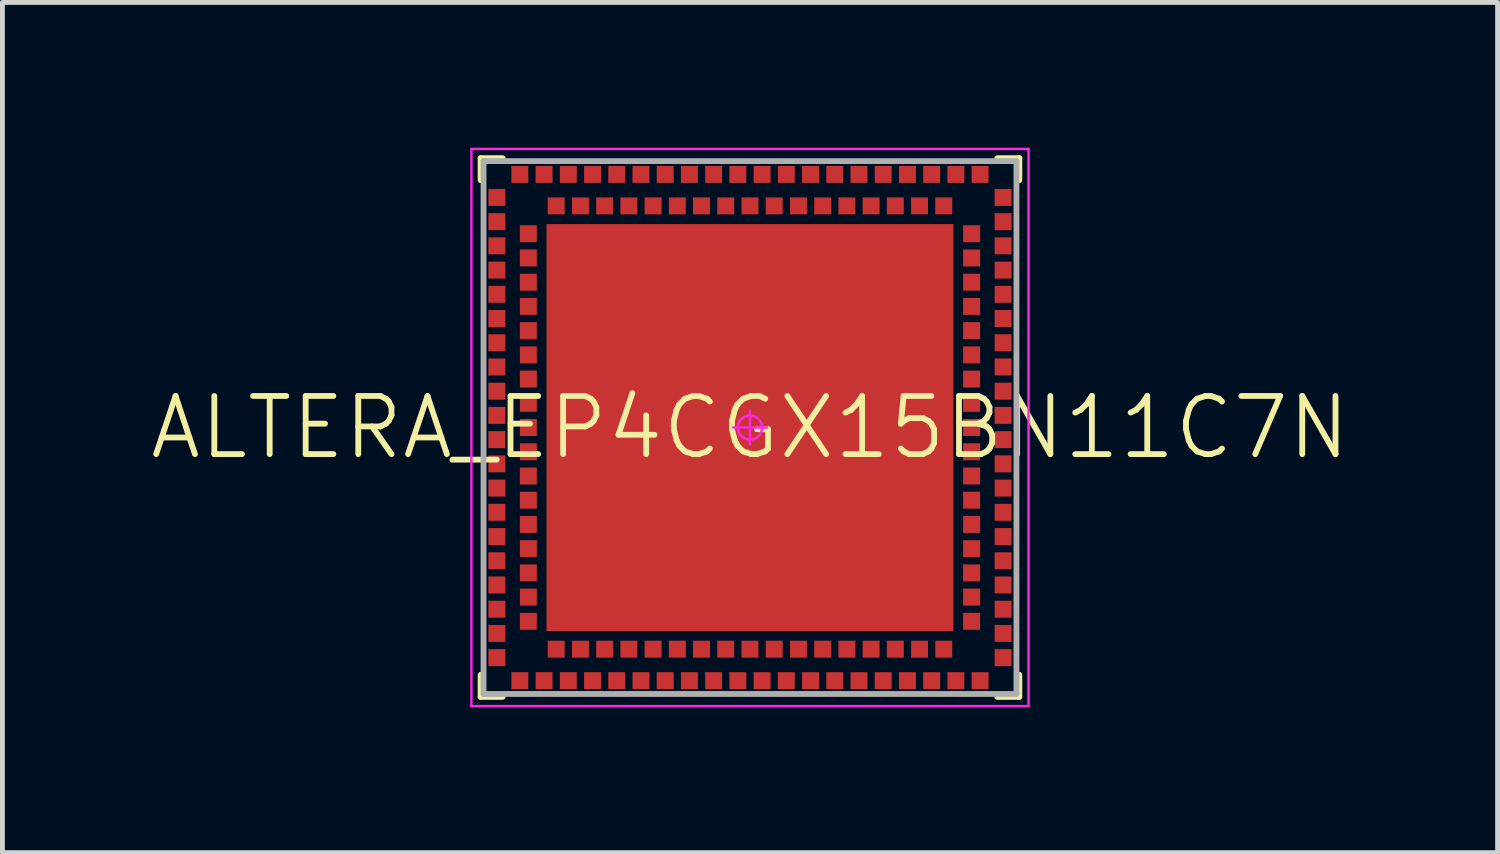
<source format=kicad_pcb>
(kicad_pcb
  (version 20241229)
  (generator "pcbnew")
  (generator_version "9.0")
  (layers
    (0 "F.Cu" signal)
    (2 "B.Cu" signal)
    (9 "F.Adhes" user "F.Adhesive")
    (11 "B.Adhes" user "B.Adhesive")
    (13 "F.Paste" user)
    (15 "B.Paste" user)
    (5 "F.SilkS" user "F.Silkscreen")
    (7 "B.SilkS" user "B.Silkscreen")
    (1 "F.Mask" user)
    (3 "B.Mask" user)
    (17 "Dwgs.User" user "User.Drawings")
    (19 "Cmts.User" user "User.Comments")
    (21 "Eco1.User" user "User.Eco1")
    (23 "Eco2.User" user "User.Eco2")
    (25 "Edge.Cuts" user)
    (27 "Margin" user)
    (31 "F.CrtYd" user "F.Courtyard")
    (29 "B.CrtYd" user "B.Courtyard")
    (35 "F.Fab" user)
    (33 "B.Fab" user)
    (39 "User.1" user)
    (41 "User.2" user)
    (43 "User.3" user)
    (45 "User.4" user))
  (footprint "ALTERA_EP4CGX15BN11C7N"
    (layer "F.Cu")
    (at 12.431 5.775)
    (property "Reference" "ALTERA_EP4CGX15BN11C7N" (at 0 0 0) (layer "F.SilkS") (effects (font (size 1.2 1.2) (thickness 0.12))))
    (attr smd)
    (fp_line (start -5.56 -5.56) (end -5.105 -5.56) (stroke (width 0.12) (type solid)) (layer "F.SilkS"))
    (fp_line (start -5.56 -5.105) (end -5.56 -5.56) (stroke (width 0.12) (type solid)) (layer "F.SilkS"))
    (fp_line (start -5.56 5.56) (end -5.56 5.105) (stroke (width 0.12) (type solid)) (layer "F.SilkS"))
    (fp_line (start -5.105 5.56) (end -5.56 5.56) (stroke (width 0.12) (type solid)) (layer "F.SilkS"))
    (fp_line (start 5.105 -5.56) (end 5.56 -5.56) (stroke (width 0.12) (type solid)) (layer "F.SilkS"))
    (fp_line (start 5.56 -5.56) (end 5.56 -5.105) (stroke (width 0.12) (type solid)) (layer "F.SilkS"))
    (fp_line (start 5.56 5.105) (end 5.56 5.56) (stroke (width 0.12) (type solid)) (layer "F.SilkS"))
    (fp_line (start 5.56 5.56) (end 5.105 5.56) (stroke (width 0.12) (type solid)) (layer "F.SilkS"))
    (fp_line (start -5.75 -5.75) (end 5.75 -5.75) (stroke (width 0.05) (type solid)) (layer "F.CrtYd"))
    (fp_line (start -5.75 5.75) (end -5.75 -5.75) (stroke (width 0.05) (type solid)) (layer "F.CrtYd"))
    (fp_line (start 0 -0.35) (end 0 0.35) (stroke (width 0.05) (type solid)) (layer "F.CrtYd"))
    (fp_line (start 0.35 0) (end -0.35 0) (stroke (width 0.05) (type solid)) (layer "F.CrtYd"))
    (fp_line (start 5.75 -5.75) (end 5.75 5.75) (stroke (width 0.05) (type solid)) (layer "F.CrtYd"))
    (fp_line (start 5.75 5.75) (end -5.75 5.75) (stroke (width 0.05) (type solid)) (layer "F.CrtYd"))
    (fp_circle (center 0 0) (end 0 0.25) (stroke (width 0.05) (type solid)) (fill no) (layer "F.CrtYd"))
    (fp_line (start -5.5 -5.5) (end 5.5 -5.5) (stroke (width 0.12) (type solid)) (layer "F.Fab"))
    (fp_line (start -5.5 5.5) (end -5.5 -5.5) (stroke (width 0.12) (type solid)) (layer "F.Fab"))
    (fp_line (start 5.5 -5.5) (end 5.5 5.5) (stroke (width 0.12) (type solid)) (layer "F.Fab"))
    (fp_line (start 5.5 5.5) (end -5.5 5.5) (stroke (width 0.12) (type solid)) (layer "F.Fab"))
    (pad "A1" smd rect (at -4.75 5.225) (size 0.35 0.35) (layers "F.Cu" "F.Mask" "F.Paste"))
    (pad "A2" smd rect (at -4.25 5.225) (size 0.35 0.35) (layers "F.Cu" "F.Mask" "F.Paste"))
    (pad "A3" smd rect (at -3.75 5.225) (size 0.35 0.35) (layers "F.Cu" "F.Mask" "F.Paste"))
    (pad "A4" smd rect (at -3.25 5.225) (size 0.35 0.35) (layers "F.Cu" "F.Mask" "F.Paste"))
    (pad "A5" smd rect (at -2.75 5.225) (size 0.35 0.35) (layers "F.Cu" "F.Mask" "F.Paste"))
    (pad "A6" smd rect (at -2.25 5.225) (size 0.35 0.35) (layers "F.Cu" "F.Mask" "F.Paste"))
    (pad "A7" smd rect (at -1.75 5.225) (size 0.35 0.35) (layers "F.Cu" "F.Mask" "F.Paste"))
    (pad "A8" smd rect (at -1.25 5.225) (size 0.35 0.35) (layers "F.Cu" "F.Mask" "F.Paste"))
    (pad "A9" smd rect (at -0.75 5.225) (size 0.35 0.35) (layers "F.Cu" "F.Mask" "F.Paste"))
    (pad "A10" smd rect (at -0.25 5.225) (size 0.35 0.35) (layers "F.Cu" "F.Mask" "F.Paste"))
    (pad "A11" smd rect (at 0.25 5.225) (size 0.35 0.35) (layers "F.Cu" "F.Mask" "F.Paste"))
    (pad "A12" smd rect (at 0.75 5.225) (size 0.35 0.35) (layers "F.Cu" "F.Mask" "F.Paste"))
    (pad "A13" smd rect (at 1.25 5.225) (size 0.35 0.35) (layers "F.Cu" "F.Mask" "F.Paste"))
    (pad "A14" smd rect (at 1.75 5.225) (size 0.35 0.35) (layers "F.Cu" "F.Mask" "F.Paste"))
    (pad "A15" smd rect (at 2.25 5.225) (size 0.35 0.35) (layers "F.Cu" "F.Mask" "F.Paste"))
    (pad "A16" smd rect (at 2.75 5.225) (size 0.35 0.35) (layers "F.Cu" "F.Mask" "F.Paste"))
    (pad "A17" smd rect (at 3.25 5.225) (size 0.35 0.35) (layers "F.Cu" "F.Mask" "F.Paste"))
    (pad "A18" smd rect (at 3.75 5.225) (size 0.35 0.35) (layers "F.Cu" "F.Mask" "F.Paste"))
    (pad "A19" smd rect (at 4.25 5.225) (size 0.35 0.35) (layers "F.Cu" "F.Mask" "F.Paste"))
    (pad "A20" smd rect (at 4.75 5.225) (size 0.35 0.35) (layers "F.Cu" "F.Mask" "F.Paste"))
    (pad "A21" smd rect (at 5.225 4.75) (size 0.35 0.35) (layers "F.Cu" "F.Mask" "F.Paste"))
    (pad "A22" smd rect (at 5.225 4.25) (size 0.35 0.35) (layers "F.Cu" "F.Mask" "F.Paste"))
    (pad "A23" smd rect (at 5.225 3.75) (size 0.35 0.35) (layers "F.Cu" "F.Mask" "F.Paste"))
    (pad "A24" smd rect (at 5.225 3.25) (size 0.35 0.35) (layers "F.Cu" "F.Mask" "F.Paste"))
    (pad "A25" smd rect (at 5.225 2.75) (size 0.35 0.35) (layers "F.Cu" "F.Mask" "F.Paste"))
    (pad "A26" smd rect (at 5.225 2.25) (size 0.35 0.35) (layers "F.Cu" "F.Mask" "F.Paste"))
    (pad "A27" smd rect (at 5.225 1.75) (size 0.35 0.35) (layers "F.Cu" "F.Mask" "F.Paste"))
    (pad "A28" smd rect (at 5.225 1.25) (size 0.35 0.35) (layers "F.Cu" "F.Mask" "F.Paste"))
    (pad "A29" smd rect (at 5.225 0.75) (size 0.35 0.35) (layers "F.Cu" "F.Mask" "F.Paste"))
    (pad "A30" smd rect (at 5.225 0.25) (size 0.35 0.35) (layers "F.Cu" "F.Mask" "F.Paste"))
    (pad "A31" smd rect (at 5.225 -0.25) (size 0.35 0.35) (layers "F.Cu" "F.Mask" "F.Paste"))
    (pad "A32" smd rect (at 5.225 -0.75) (size 0.35 0.35) (layers "F.Cu" "F.Mask" "F.Paste"))
    (pad "A33" smd rect (at 5.225 -1.25) (size 0.35 0.35) (layers "F.Cu" "F.Mask" "F.Paste"))
    (pad "A34" smd rect (at 5.225 -1.75) (size 0.35 0.35) (layers "F.Cu" "F.Mask" "F.Paste"))
    (pad "A35" smd rect (at 5.225 -2.25) (size 0.35 0.35) (layers "F.Cu" "F.Mask" "F.Paste"))
    (pad "A36" smd rect (at 5.225 -2.75) (size 0.35 0.35) (layers "F.Cu" "F.Mask" "F.Paste"))
    (pad "A37" smd rect (at 5.225 -3.25) (size 0.35 0.35) (layers "F.Cu" "F.Mask" "F.Paste"))
    (pad "A38" smd rect (at 5.225 -3.75) (size 0.35 0.35) (layers "F.Cu" "F.Mask" "F.Paste"))
    (pad "A39" smd rect (at 5.225 -4.25) (size 0.35 0.35) (layers "F.Cu" "F.Mask" "F.Paste"))
    (pad "A40" smd rect (at 5.225 -4.75) (size 0.35 0.35) (layers "F.Cu" "F.Mask" "F.Paste"))
    (pad "A41" smd rect (at 4.75 -5.225) (size 0.35 0.35) (layers "F.Cu" "F.Mask" "F.Paste"))
    (pad "A42" smd rect (at 4.25 -5.225) (size 0.35 0.35) (layers "F.Cu" "F.Mask" "F.Paste"))
    (pad "A43" smd rect (at 3.75 -5.225) (size 0.35 0.35) (layers "F.Cu" "F.Mask" "F.Paste"))
    (pad "A44" smd rect (at 3.25 -5.225) (size 0.35 0.35) (layers "F.Cu" "F.Mask" "F.Paste"))
    (pad "A45" smd rect (at 2.75 -5.225) (size 0.35 0.35) (layers "F.Cu" "F.Mask" "F.Paste"))
    (pad "A46" smd rect (at 2.25 -5.225) (size 0.35 0.35) (layers "F.Cu" "F.Mask" "F.Paste"))
    (pad "A47" smd rect (at 1.75 -5.225) (size 0.35 0.35) (layers "F.Cu" "F.Mask" "F.Paste"))
    (pad "A48" smd rect (at 1.25 -5.225) (size 0.35 0.35) (layers "F.Cu" "F.Mask" "F.Paste"))
    (pad "A49" smd rect (at 0.75 -5.225) (size 0.35 0.35) (layers "F.Cu" "F.Mask" "F.Paste"))
    (pad "A50" smd rect (at 0.25 -5.225) (size 0.35 0.35) (layers "F.Cu" "F.Mask" "F.Paste"))
    (pad "A51" smd rect (at -0.25 -5.225) (size 0.35 0.35) (layers "F.Cu" "F.Mask" "F.Paste"))
    (pad "A52" smd rect (at -0.75 -5.225) (size 0.35 0.35) (layers "F.Cu" "F.Mask" "F.Paste"))
    (pad "A53" smd rect (at -1.25 -5.225) (size 0.35 0.35) (layers "F.Cu" "F.Mask" "F.Paste"))
    (pad "A54" smd rect (at -1.75 -5.225) (size 0.35 0.35) (layers "F.Cu" "F.Mask" "F.Paste"))
    (pad "A55" smd rect (at -2.25 -5.225) (size 0.35 0.35) (layers "F.Cu" "F.Mask" "F.Paste"))
    (pad "A56" smd rect (at -2.75 -5.225) (size 0.35 0.35) (layers "F.Cu" "F.Mask" "F.Paste"))
    (pad "A57" smd rect (at -3.25 -5.225) (size 0.35 0.35) (layers "F.Cu" "F.Mask" "F.Paste"))
    (pad "A58" smd rect (at -3.75 -5.225) (size 0.35 0.35) (layers "F.Cu" "F.Mask" "F.Paste"))
    (pad "A59" smd rect (at -4.25 -5.225) (size 0.35 0.35) (layers "F.Cu" "F.Mask" "F.Paste"))
    (pad "A60" smd rect (at -4.75 -5.225) (size 0.35 0.35) (layers "F.Cu" "F.Mask" "F.Paste"))
    (pad "A61" smd rect (at -5.225 -4.75) (size 0.35 0.35) (layers "F.Cu" "F.Mask" "F.Paste"))
    (pad "A62" smd rect (at -5.225 -4.25) (size 0.35 0.35) (layers "F.Cu" "F.Mask" "F.Paste"))
    (pad "A63" smd rect (at -5.225 -3.75) (size 0.35 0.35) (layers "F.Cu" "F.Mask" "F.Paste"))
    (pad "A64" smd rect (at -5.225 -3.25) (size 0.35 0.35) (layers "F.Cu" "F.Mask" "F.Paste"))
    (pad "A65" smd rect (at -5.225 -2.75) (size 0.35 0.35) (layers "F.Cu" "F.Mask" "F.Paste"))
    (pad "A66" smd rect (at -5.225 -2.25) (size 0.35 0.35) (layers "F.Cu" "F.Mask" "F.Paste"))
    (pad "A67" smd rect (at -5.225 -1.75) (size 0.35 0.35) (layers "F.Cu" "F.Mask" "F.Paste"))
    (pad "A68" smd rect (at -5.225 -1.25) (size 0.35 0.35) (layers "F.Cu" "F.Mask" "F.Paste"))
    (pad "A69" smd rect (at -5.225 -0.75) (size 0.35 0.35) (layers "F.Cu" "F.Mask" "F.Paste"))
    (pad "A70" smd rect (at -5.225 -0.25) (size 0.35 0.35) (layers "F.Cu" "F.Mask" "F.Paste"))
    (pad "A71" smd rect (at -5.225 0.25) (size 0.35 0.35) (layers "F.Cu" "F.Mask" "F.Paste"))
    (pad "A72" smd rect (at -5.225 0.75) (size 0.35 0.35) (layers "F.Cu" "F.Mask" "F.Paste"))
    (pad "A73" smd rect (at -5.225 1.25) (size 0.35 0.35) (layers "F.Cu" "F.Mask" "F.Paste"))
    (pad "A74" smd rect (at -5.225 1.75) (size 0.35 0.35) (layers "F.Cu" "F.Mask" "F.Paste"))
    (pad "A75" smd rect (at -5.225 2.25) (size 0.35 0.35) (layers "F.Cu" "F.Mask" "F.Paste"))
    (pad "A76" smd rect (at -5.225 2.75) (size 0.35 0.35) (layers "F.Cu" "F.Mask" "F.Paste"))
    (pad "A77" smd rect (at -5.225 3.25) (size 0.35 0.35) (layers "F.Cu" "F.Mask" "F.Paste"))
    (pad "A78" smd rect (at -5.225 3.75) (size 0.35 0.35) (layers "F.Cu" "F.Mask" "F.Paste"))
    (pad "A79" smd rect (at -5.225 4.25) (size 0.35 0.35) (layers "F.Cu" "F.Mask" "F.Paste"))
    (pad "A80" smd rect (at -5.225 4.75) (size 0.35 0.35) (layers "F.Cu" "F.Mask" "F.Paste"))
    (pad "B1" smd rect (at -4 4.575) (size 0.35 0.35) (layers "F.Cu" "F.Mask" "F.Paste"))
    (pad "B2" smd rect (at -3.5 4.575) (size 0.35 0.35) (layers "F.Cu" "F.Mask" "F.Paste"))
    (pad "B3" smd rect (at -3 4.575) (size 0.35 0.35) (layers "F.Cu" "F.Mask" "F.Paste"))
    (pad "B4" smd rect (at -2.5 4.575) (size 0.35 0.35) (layers "F.Cu" "F.Mask" "F.Paste"))
    (pad "B5" smd rect (at -2 4.575) (size 0.35 0.35) (layers "F.Cu" "F.Mask" "F.Paste"))
    (pad "B6" smd rect (at -1.5 4.575) (size 0.35 0.35) (layers "F.Cu" "F.Mask" "F.Paste"))
    (pad "B7" smd rect (at -1 4.575) (size 0.35 0.35) (layers "F.Cu" "F.Mask" "F.Paste"))
    (pad "B8" smd rect (at -0.5 4.575) (size 0.35 0.35) (layers "F.Cu" "F.Mask" "F.Paste"))
    (pad "B9" smd rect (at 0 4.575) (size 0.35 0.35) (layers "F.Cu" "F.Mask" "F.Paste"))
    (pad "B10" smd rect (at 0.5 4.575) (size 0.35 0.35) (layers "F.Cu" "F.Mask" "F.Paste"))
    (pad "B11" smd rect (at 1 4.575) (size 0.35 0.35) (layers "F.Cu" "F.Mask" "F.Paste"))
    (pad "B12" smd rect (at 1.5 4.575) (size 0.35 0.35) (layers "F.Cu" "F.Mask" "F.Paste"))
    (pad "B13" smd rect (at 2 4.575) (size 0.35 0.35) (layers "F.Cu" "F.Mask" "F.Paste"))
    (pad "B14" smd rect (at 2.5 4.575) (size 0.35 0.35) (layers "F.Cu" "F.Mask" "F.Paste"))
    (pad "B15" smd rect (at 3 4.575) (size 0.35 0.35) (layers "F.Cu" "F.Mask" "F.Paste"))
    (pad "B16" smd rect (at 3.5 4.575) (size 0.35 0.35) (layers "F.Cu" "F.Mask" "F.Paste"))
    (pad "B17" smd rect (at 4 4.575) (size 0.35 0.35) (layers "F.Cu" "F.Mask" "F.Paste"))
    (pad "B18" smd rect (at 4.575 4) (size 0.35 0.35) (layers "F.Cu" "F.Mask" "F.Paste"))
    (pad "B19" smd rect (at 4.575 3.5) (size 0.35 0.35) (layers "F.Cu" "F.Mask" "F.Paste"))
    (pad "B20" smd rect (at 4.575 3) (size 0.35 0.35) (layers "F.Cu" "F.Mask" "F.Paste"))
    (pad "B21" smd rect (at 4.575 2.5) (size 0.35 0.35) (layers "F.Cu" "F.Mask" "F.Paste"))
    (pad "B22" smd rect (at 4.575 2) (size 0.35 0.35) (layers "F.Cu" "F.Mask" "F.Paste"))
    (pad "B23" smd rect (at 4.575 1.5) (size 0.35 0.35) (layers "F.Cu" "F.Mask" "F.Paste"))
    (pad "B24" smd rect (at 4.575 1) (size 0.35 0.35) (layers "F.Cu" "F.Mask" "F.Paste"))
    (pad "B25" smd rect (at 4.575 0.5) (size 0.35 0.35) (layers "F.Cu" "F.Mask" "F.Paste"))
    (pad "B26" smd rect (at 4.575 0) (size 0.35 0.35) (layers "F.Cu" "F.Mask" "F.Paste"))
    (pad "B27" smd rect (at 4.575 -0.5) (size 0.35 0.35) (layers "F.Cu" "F.Mask" "F.Paste"))
    (pad "B28" smd rect (at 4.575 -1) (size 0.35 0.35) (layers "F.Cu" "F.Mask" "F.Paste"))
    (pad "B29" smd rect (at 4.575 -1.5) (size 0.35 0.35) (layers "F.Cu" "F.Mask" "F.Paste"))
    (pad "B30" smd rect (at 4.575 -2) (size 0.35 0.35) (layers "F.Cu" "F.Mask" "F.Paste"))
    (pad "B31" smd rect (at 4.575 -2.5) (size 0.35 0.35) (layers "F.Cu" "F.Mask" "F.Paste"))
    (pad "B32" smd rect (at 4.575 -3) (size 0.35 0.35) (layers "F.Cu" "F.Mask" "F.Paste"))
    (pad "B33" smd rect (at 4.575 -3.5) (size 0.35 0.35) (layers "F.Cu" "F.Mask" "F.Paste"))
    (pad "B34" smd rect (at 4.575 -4) (size 0.35 0.35) (layers "F.Cu" "F.Mask" "F.Paste"))
    (pad "B35" smd rect (at 4 -4.575) (size 0.35 0.35) (layers "F.Cu" "F.Mask" "F.Paste"))
    (pad "B36" smd rect (at 3.5 -4.575) (size 0.35 0.35) (layers "F.Cu" "F.Mask" "F.Paste"))
    (pad "B37" smd rect (at 3 -4.575) (size 0.35 0.35) (layers "F.Cu" "F.Mask" "F.Paste"))
    (pad "B38" smd rect (at 2.5 -4.575) (size 0.35 0.35) (layers "F.Cu" "F.Mask" "F.Paste"))
    (pad "B39" smd rect (at 2 -4.575) (size 0.35 0.35) (layers "F.Cu" "F.Mask" "F.Paste"))
    (pad "B40" smd rect (at 1.5 -4.575) (size 0.35 0.35) (layers "F.Cu" "F.Mask" "F.Paste"))
    (pad "B41" smd rect (at 1 -4.575) (size 0.35 0.35) (layers "F.Cu" "F.Mask" "F.Paste"))
    (pad "B42" smd rect (at 0.5 -4.575) (size 0.35 0.35) (layers "F.Cu" "F.Mask" "F.Paste"))
    (pad "B43" smd rect (at 0 -4.575) (size 0.35 0.35) (layers "F.Cu" "F.Mask" "F.Paste"))
    (pad "B44" smd rect (at -0.5 -4.575) (size 0.35 0.35) (layers "F.Cu" "F.Mask" "F.Paste"))
    (pad "B45" smd rect (at -1 -4.575) (size 0.35 0.35) (layers "F.Cu" "F.Mask" "F.Paste"))
    (pad "B46" smd rect (at -1.5 -4.575) (size 0.35 0.35) (layers "F.Cu" "F.Mask" "F.Paste"))
    (pad "B47" smd rect (at -2 -4.575) (size 0.35 0.35) (layers "F.Cu" "F.Mask" "F.Paste"))
    (pad "B48" smd rect (at -2.5 -4.575) (size 0.35 0.35) (layers "F.Cu" "F.Mask" "F.Paste"))
    (pad "B49" smd rect (at -3 -4.575) (size 0.35 0.35) (layers "F.Cu" "F.Mask" "F.Paste"))
    (pad "B50" smd rect (at -3.5 -4.575) (size 0.35 0.35) (layers "F.Cu" "F.Mask" "F.Paste"))
    (pad "B51" smd rect (at -4 -4.575) (size 0.35 0.35) (layers "F.Cu" "F.Mask" "F.Paste"))
    (pad "B52" smd rect (at -4.575 -4) (size 0.35 0.35) (layers "F.Cu" "F.Mask" "F.Paste"))
    (pad "B53" smd rect (at -4.575 -3.5) (size 0.35 0.35) (layers "F.Cu" "F.Mask" "F.Paste"))
    (pad "B54" smd rect (at -4.575 -3) (size 0.35 0.35) (layers "F.Cu" "F.Mask" "F.Paste"))
    (pad "B55" smd rect (at -4.575 -2.5) (size 0.35 0.35) (layers "F.Cu" "F.Mask" "F.Paste"))
    (pad "B56" smd rect (at -4.575 -2) (size 0.35 0.35) (layers "F.Cu" "F.Mask" "F.Paste"))
    (pad "B57" smd rect (at -4.575 -1.5) (size 0.35 0.35) (layers "F.Cu" "F.Mask" "F.Paste"))
    (pad "B58" smd rect (at -4.575 -1) (size 0.35 0.35) (layers "F.Cu" "F.Mask" "F.Paste"))
    (pad "B59" smd rect (at -4.575 -0.5) (size 0.35 0.35) (layers "F.Cu" "F.Mask" "F.Paste"))
    (pad "B60" smd rect (at -4.575 0) (size 0.35 0.35) (layers "F.Cu" "F.Mask" "F.Paste"))
    (pad "B61" smd rect (at -4.575 0.5) (size 0.35 0.35) (layers "F.Cu" "F.Mask" "F.Paste"))
    (pad "B62" smd rect (at -4.575 1) (size 0.35 0.35) (layers "F.Cu" "F.Mask" "F.Paste"))
    (pad "B63" smd rect (at -4.575 1.5) (size 0.35 0.35) (layers "F.Cu" "F.Mask" "F.Paste"))
    (pad "B64" smd rect (at -4.575 2) (size 0.35 0.35) (layers "F.Cu" "F.Mask" "F.Paste"))
    (pad "B65" smd rect (at -4.575 2.5) (size 0.35 0.35) (layers "F.Cu" "F.Mask" "F.Paste"))
    (pad "B66" smd rect (at -4.575 3) (size 0.35 0.35) (layers "F.Cu" "F.Mask" "F.Paste"))
    (pad "B67" smd rect (at -4.575 3.5) (size 0.35 0.35) (layers "F.Cu" "F.Mask" "F.Paste"))
    (pad "B68" smd rect (at -4.575 4) (size 0.35 0.35) (layers "F.Cu" "F.Mask" "F.Paste"))
    (pad "T1" smd rect (at 0 0) (size 8.4 8.4) (layers "F.Cu" "F.Mask")))
  (gr_rect
    (start -3 -3)
    (end 27.863 14.55)
    (stroke (width 0.1) (type default))
    (fill no)
    (layer "Edge.Cuts")))
</source>
